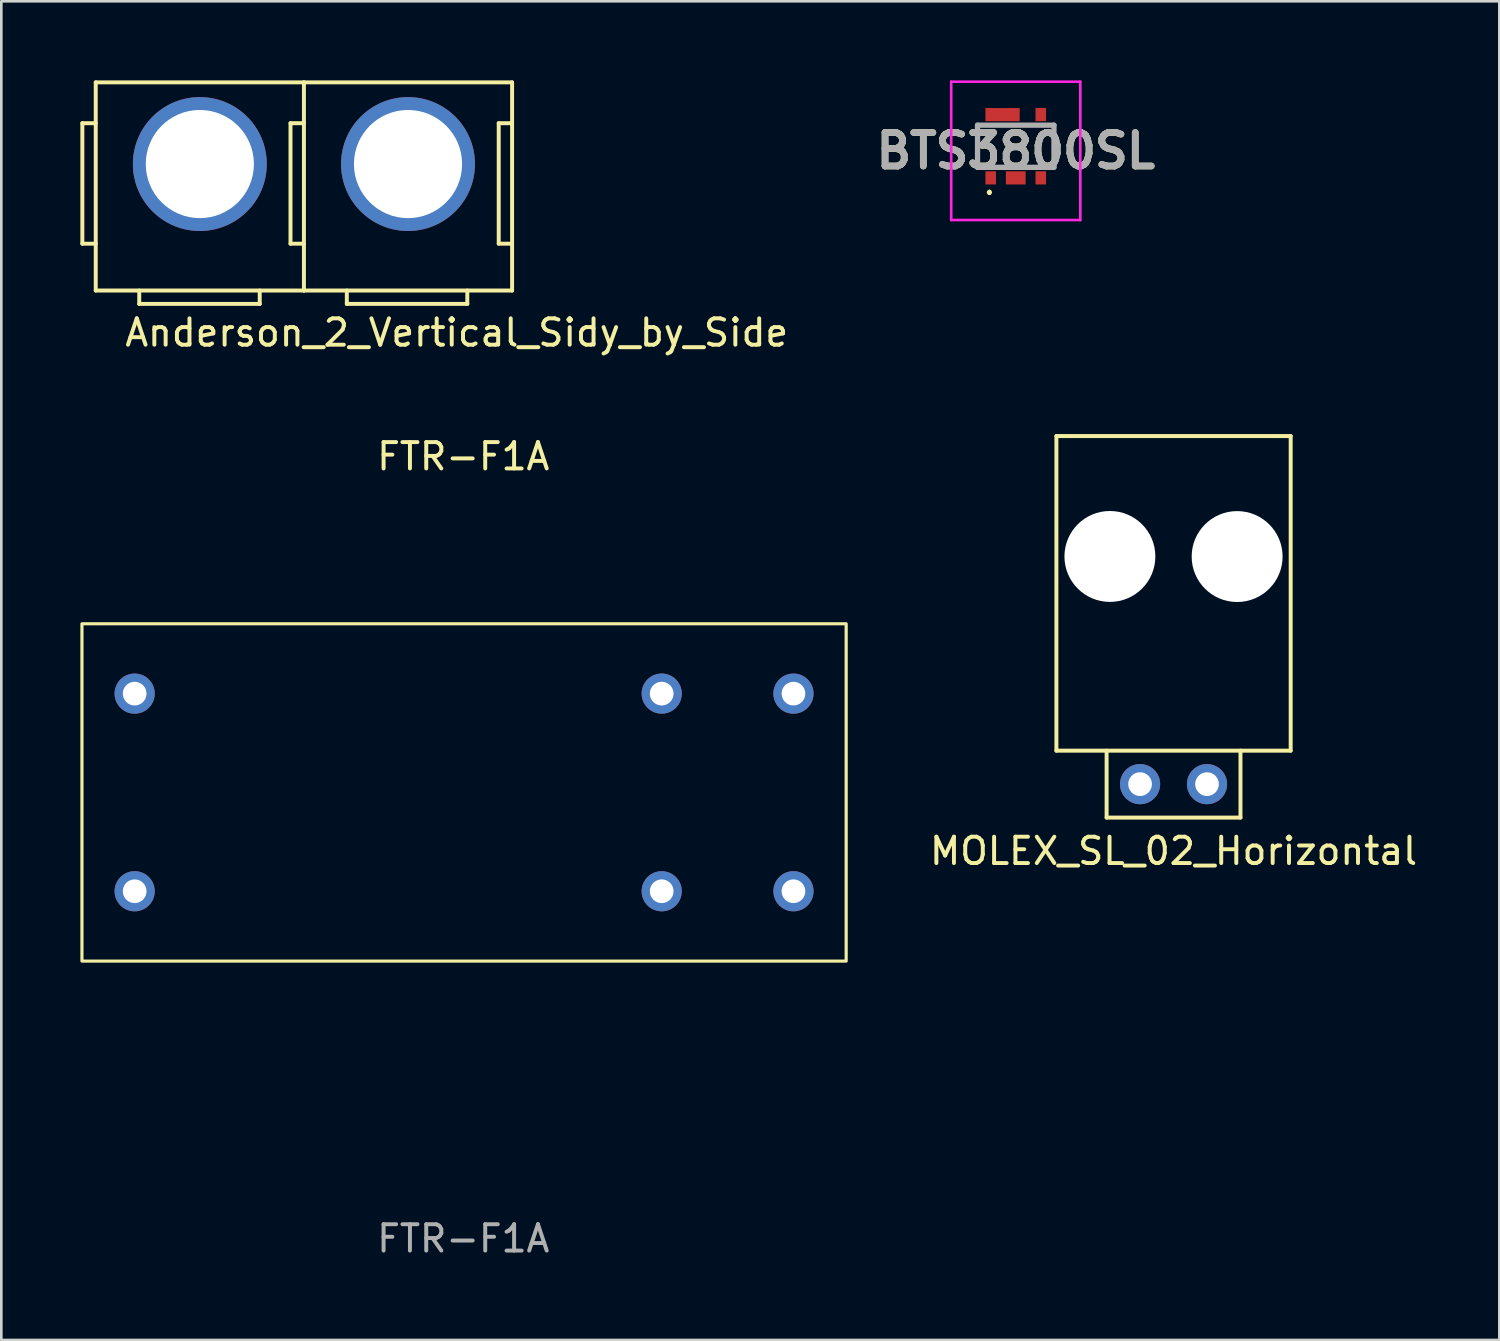
<source format=kicad_pcb>
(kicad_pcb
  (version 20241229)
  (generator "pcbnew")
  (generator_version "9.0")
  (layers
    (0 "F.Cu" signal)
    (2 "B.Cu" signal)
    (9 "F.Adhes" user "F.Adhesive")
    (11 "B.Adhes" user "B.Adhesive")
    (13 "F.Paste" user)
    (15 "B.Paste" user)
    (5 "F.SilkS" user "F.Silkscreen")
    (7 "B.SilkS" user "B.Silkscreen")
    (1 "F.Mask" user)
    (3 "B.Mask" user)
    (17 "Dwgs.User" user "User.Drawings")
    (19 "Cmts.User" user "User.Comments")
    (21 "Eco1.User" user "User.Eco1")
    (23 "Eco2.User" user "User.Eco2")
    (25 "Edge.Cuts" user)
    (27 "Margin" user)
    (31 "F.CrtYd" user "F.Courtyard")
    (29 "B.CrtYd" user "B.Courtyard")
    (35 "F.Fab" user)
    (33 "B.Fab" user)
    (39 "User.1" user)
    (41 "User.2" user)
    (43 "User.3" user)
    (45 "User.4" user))
  (footprint "Anderson_2_Vertical_Sidy_by_Side"
    (layer "F.Cu")
    (at 4.52 3.149)
    (property "Reference" "Anderson_2_Vertical_Sidy_by_Side" (at 9.763 6.426 0) (layer "F.SilkS") (effects (font (size 1 1) (thickness 0.15))))
    (attr through_hole)
    (fp_line (start -4.445 -1.524) (end -4.445 3.048) (stroke (width 0.15) (type solid)) (layer "F.SilkS"))
    (fp_line (start -4.445 3.048) (end -3.937 3.048) (stroke (width 0.15) (type solid)) (layer "F.SilkS"))
    (fp_line (start -3.937 -1.524) (end -4.445 -1.524) (stroke (width 0.15) (type solid)) (layer "F.SilkS"))
    (fp_line (start -3.937 4.826) (end -3.937 -3.074) (stroke (width 0.15) (type solid)) (layer "F.SilkS"))
    (fp_line (start -2.286 4.826) (end -2.286 5.334) (stroke (width 0.15) (type solid)) (layer "F.SilkS"))
    (fp_line (start -2.286 5.334) (end 2.286 5.334) (stroke (width 0.15) (type solid)) (layer "F.SilkS"))
    (fp_line (start 2.286 5.334) (end 2.286 4.826) (stroke (width 0.15) (type solid)) (layer "F.SilkS"))
    (fp_line (start 3.454 -1.524) (end 3.454 3.048) (stroke (width 0.15) (type solid)) (layer "F.SilkS"))
    (fp_line (start 3.454 3.048) (end 3.962 3.048) (stroke (width 0.15) (type solid)) (layer "F.SilkS"))
    (fp_line (start 3.962 -1.524) (end 3.454 -1.524) (stroke (width 0.15) (type solid)) (layer "F.SilkS"))
    (fp_line (start 3.963 -3.074) (end -3.937 -3.074) (stroke (width 0.15) (type solid)) (layer "F.SilkS"))
    (fp_line (start 3.963 4.826) (end -3.937 4.826) (stroke (width 0.15) (type solid)) (layer "F.SilkS"))
    (fp_line (start 3.963 4.826) (end 3.963 -3.074) (stroke (width 0.15) (type solid)) (layer "F.SilkS"))
    (fp_line (start 5.591 4.826) (end 5.591 5.334) (stroke (width 0.15) (type solid)) (layer "F.SilkS"))
    (fp_line (start 5.591 5.334) (end 10.163 5.334) (stroke (width 0.15) (type solid)) (layer "F.SilkS"))
    (fp_line (start 10.163 5.334) (end 10.163 4.826) (stroke (width 0.15) (type solid)) (layer "F.SilkS"))
    (fp_line (start 11.355 -1.524) (end 11.355 3.048) (stroke (width 0.15) (type solid)) (layer "F.SilkS"))
    (fp_line (start 11.355 3.048) (end 11.863 3.048) (stroke (width 0.15) (type solid)) (layer "F.SilkS"))
    (fp_line (start 11.863 -3.074) (end 3.963 -3.074) (stroke (width 0.15) (type solid)) (layer "F.SilkS"))
    (fp_line (start 11.863 -1.524) (end 11.355 -1.524) (stroke (width 0.15) (type solid)) (layer "F.SilkS"))
    (fp_line (start 11.863 4.826) (end 3.963 4.826) (stroke (width 0.15) (type solid)) (layer "F.SilkS"))
    (fp_line (start 11.863 4.826) (end 11.863 -3.074) (stroke (width 0.15) (type solid)) (layer "F.SilkS"))
    (pad "1" thru_hole circle (at 0.013 0.026 270) (size 5.08 5.08) (drill 4.104) (layers "*.Cu" "*.Mask"))
    (pad "2" thru_hole circle (at 7.913 0.026 270) (size 5.08 5.08) (drill 4.104) (layers "*.Cu" "*.Mask")))
  (footprint "MOLEX_SL_02_Horizontal"
    (layer "F.Cu")
    (at 40.213 26.706)
    (property "Reference" "MOLEX_SL_02_Horizontal" (at 1.27 2.54 0) (layer "F.SilkS") (effects (font (size 1 1) (thickness 0.15))))
    (attr through_hole)
    (fp_line (start -3.175 -13.208) (end 5.715 -13.208) (stroke (width 0.15) (type solid)) (layer "F.SilkS"))
    (fp_line (start -3.175 -1.27) (end -3.175 -13.208) (stroke (width 0.15) (type solid)) (layer "F.SilkS"))
    (fp_line (start -3.175 -1.27) (end 5.715 -1.27) (stroke (width 0.15) (type solid)) (layer "F.SilkS"))
    (fp_line (start -1.27 1.27) (end -1.27 -1.27) (stroke (width 0.15) (type solid)) (layer "F.SilkS"))
    (fp_line (start 3.81 -1.27) (end 3.81 1.27) (stroke (width 0.15) (type solid)) (layer "F.SilkS"))
    (fp_line (start 3.81 1.27) (end -1.27 1.27) (stroke (width 0.15) (type solid)) (layer "F.SilkS"))
    (fp_line (start 5.715 -1.27) (end 5.715 -13.208) (stroke (width 0.15) (type solid)) (layer "F.SilkS"))
    (pad "" np_thru_hole circle (at -1.145 -8.64) (size 3.45 3.45) (drill 3.45) (layers "*.Cu" "*.Mask"))
    (pad "" np_thru_hole circle (at 3.683 -8.636) (size 3.45 3.45) (drill 3.45) (layers "*.Cu" "*.Mask"))
    (pad "1" thru_hole circle (at 0 0) (size 1.524 1.524) (drill 0.9) (layers "*.Cu" "*.Mask"))
    (pad "2" thru_hole circle (at 2.54 0) (size 1.524 1.524) (drill 0.9) (layers "*.Cu" "*.Mask")))
  (footprint "FTR-F1A"
    (layer "F.Cu")
    (at 14.56 27.021)
    (property "Reference" "FTR-F1A" (at -0.03 -12.75 0) (unlocked yes) (layer "F.SilkS") (effects (font (size 1 1) (thickness 0.15))))
    (attr through_hole)
    (fp_rect (start -14.5 -6.4) (end 14.5 6.4) (stroke (width 0.12) (type solid)) (fill no) (layer "F.SilkS"))
    (fp_text user "${REFERENCE}" (at -0.03 16.93 0) (unlocked yes) (layer "F.Fab") (effects (font (size 1 1) (thickness 0.15))))
    (pad "1" thru_hole circle (at 12.5 -3.75) (size 1.524 1.524) (drill oval 0.9) (layers "*.Cu" "*.Mask"))
    (pad "2" thru_hole circle (at 12.5 3.75) (size 1.524 1.524) (drill oval 0.9) (layers "*.Cu" "*.Mask"))
    (pad "3" thru_hole circle (at 7.5 -3.75) (size 1.524 1.524) (drill oval 0.9) (layers "*.Cu" "*.Mask"))
    (pad "4" thru_hole circle (at 7.5 3.75) (size 1.524 1.524) (drill oval 0.9) (layers "*.Cu" "*.Mask"))
    (pad "5" thru_hole circle (at -12.5 -3.75) (size 1.524 1.524) (drill oval 0.9) (layers "*.Cu" "*.Mask"))
    (pad "6" thru_hole circle (at -12.5 3.75) (size 1.524 1.524) (drill oval 0.9) (layers "*.Cu" "*.Mask")))
  (footprint "BTS3800SL"
    (layer "F.Cu")
    (at 35.495 2.5)
    (property "Reference" "BTS3800SL" (at 0 0.175 0) (layer "F.SilkS") (effects (font (size 1.27 1.27) (thickness 0.254))))
    (attr smd)
    (fp_line (start -1.45 0.8) (end -1.45 -0.8) (stroke (width 0.1) (type solid)) (layer "F.SilkS"))
    (fp_line (start -1 1.7) (end -1 1.7) (stroke (width 0.1) (type solid)) (layer "F.SilkS"))
    (fp_line (start -1 1.8) (end -1 1.8) (stroke (width 0.1) (type solid)) (layer "F.SilkS"))
    (fp_line (start 1.45 0.8) (end 1.45 -0.8) (stroke (width 0.1) (type solid)) (layer "F.SilkS"))
    (fp_arc (start -1 1.7) (mid -0.95 1.75) (end -1 1.8) (stroke (width 0.1) (type solid)) (layer "F.SilkS"))
    (fp_arc (start -1 1.8) (mid -1.05 1.75) (end -1 1.7) (stroke (width 0.1) (type solid)) (layer "F.SilkS"))
    (fp_line (start -2.45 -2.45) (end 2.45 -2.45) (stroke (width 0.1) (type solid)) (layer "F.CrtYd"))
    (fp_line (start -2.45 2.8) (end -2.45 -2.45) (stroke (width 0.1) (type solid)) (layer "F.CrtYd"))
    (fp_line (start 2.45 -2.45) (end 2.45 2.8) (stroke (width 0.1) (type solid)) (layer "F.CrtYd"))
    (fp_line (start 2.45 2.8) (end -2.45 2.8) (stroke (width 0.1) (type solid)) (layer "F.CrtYd"))
    (fp_line (start -1.45 -0.8) (end 1.45 -0.8) (stroke (width 0.2) (type solid)) (layer "F.Fab"))
    (fp_line (start -1.45 0.8) (end -1.45 -0.8) (stroke (width 0.2) (type solid)) (layer "F.Fab"))
    (fp_line (start 1.45 -0.8) (end 1.45 0.8) (stroke (width 0.2) (type solid)) (layer "F.Fab"))
    (fp_line (start 1.45 0.8) (end -1.45 0.8) (stroke (width 0.2) (type solid)) (layer "F.Fab"))
    (fp_text user "${REFERENCE}" (at 0 0.175 0) (layer "F.Fab") (effects (font (size 1.27 1.27) (thickness 0.254))))
    (pad "1" smd rect (at -0.95 1.2) (size 0.4 0.5) (layers "F.Cu" "F.Mask" "F.Paste"))
    (pad "2" smd rect (at 0 1.2 90) (size 0.5 0.75) (layers "F.Cu" "F.Mask" "F.Paste"))
    (pad "3" smd rect (at 0.95 1.2) (size 0.4 0.5) (layers "F.Cu" "F.Mask" "F.Paste"))
    (pad "4" smd rect (at 0.95 -1.2) (size 0.4 0.5) (layers "F.Cu" "F.Mask" "F.Paste"))
    (pad "5" smd rect (at -0.5 -1.2 90) (size 0.5 1.3) (layers "F.Cu" "F.Mask" "F.Paste")))
  (gr_rect
    (start -3 -3)
    (end 53.846 47.8)
    (stroke (width 0.1) (type default))
    (fill no)
    (layer "Edge.Cuts")))
</source>
